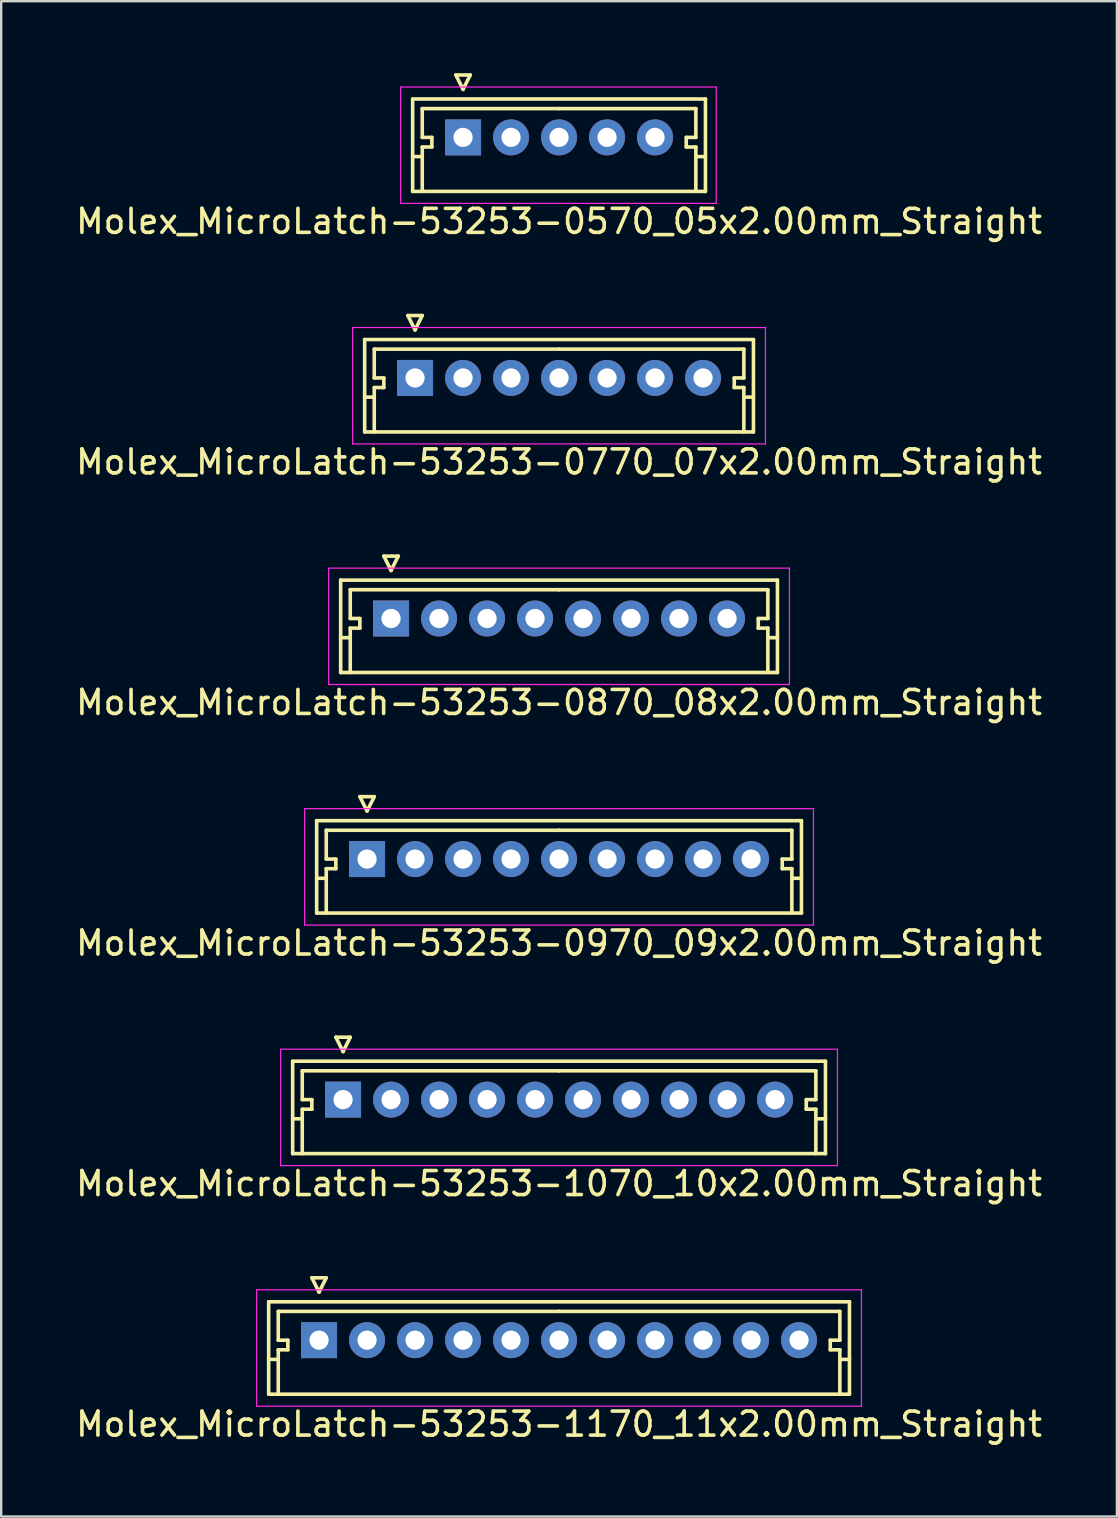
<source format=kicad_pcb>
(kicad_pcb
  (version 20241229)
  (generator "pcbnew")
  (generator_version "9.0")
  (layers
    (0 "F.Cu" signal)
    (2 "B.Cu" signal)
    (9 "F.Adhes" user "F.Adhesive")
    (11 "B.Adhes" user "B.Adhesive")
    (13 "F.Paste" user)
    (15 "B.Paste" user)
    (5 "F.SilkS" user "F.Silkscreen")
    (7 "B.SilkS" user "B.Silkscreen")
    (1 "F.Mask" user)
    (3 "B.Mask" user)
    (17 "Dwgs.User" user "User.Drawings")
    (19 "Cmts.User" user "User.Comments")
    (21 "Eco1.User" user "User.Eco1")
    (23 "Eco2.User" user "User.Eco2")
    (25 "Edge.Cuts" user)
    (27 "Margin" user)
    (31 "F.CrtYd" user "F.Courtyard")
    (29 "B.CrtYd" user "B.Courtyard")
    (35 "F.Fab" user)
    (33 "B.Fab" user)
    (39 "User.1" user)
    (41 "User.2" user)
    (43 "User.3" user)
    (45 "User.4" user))
  (footprint "Molex_MicroLatch-53253-1170_11x2.00mm_Straight"
    (layer "F.Cu")
    (at 10.244 52.791)
    (property "Reference" "Molex_MicroLatch-53253-1170_11x2.00mm_Straight" (at 10 3.5 0) (layer "F.SilkS") (effects (font (size 1 1) (thickness 0.15))))
    (attr through_hole)
    (fp_line (start -2.1 -1.6) (end -2.1 2.25) (stroke (width 0.15) (type solid)) (layer "F.SilkS"))
    (fp_line (start -2.1 0.8) (end -1.7 0.8) (stroke (width 0.15) (type solid)) (layer "F.SilkS"))
    (fp_line (start -2.1 2.25) (end 22.1 2.25) (stroke (width 0.15) (type solid)) (layer "F.SilkS"))
    (fp_line (start -1.7 -1.2) (end -1.7 0) (stroke (width 0.15) (type solid)) (layer "F.SilkS"))
    (fp_line (start -1.7 0) (end -1.3 0) (stroke (width 0.15) (type solid)) (layer "F.SilkS"))
    (fp_line (start -1.7 0.4) (end -1.7 2.25) (stroke (width 0.15) (type solid)) (layer "F.SilkS"))
    (fp_line (start -1.3 0) (end -1.3 0.4) (stroke (width 0.15) (type solid)) (layer "F.SilkS"))
    (fp_line (start -1.3 0.4) (end -1.7 0.4) (stroke (width 0.15) (type solid)) (layer "F.SilkS"))
    (fp_line (start -0.3 -2.6) (end 0.3 -2.6) (stroke (width 0.15) (type solid)) (layer "F.SilkS"))
    (fp_line (start 0 -2) (end -0.3 -2.6) (stroke (width 0.15) (type solid)) (layer "F.SilkS"))
    (fp_line (start 0.3 -2.6) (end 0 -2) (stroke (width 0.15) (type solid)) (layer "F.SilkS"))
    (fp_line (start 10 -1.2) (end -1.7 -1.2) (stroke (width 0.15) (type solid)) (layer "F.SilkS"))
    (fp_line (start 10 -1.2) (end 21.7 -1.2) (stroke (width 0.15) (type solid)) (layer "F.SilkS"))
    (fp_line (start 21.3 0) (end 21.3 0.4) (stroke (width 0.15) (type solid)) (layer "F.SilkS"))
    (fp_line (start 21.3 0.4) (end 21.7 0.4) (stroke (width 0.15) (type solid)) (layer "F.SilkS"))
    (fp_line (start 21.7 -1.2) (end 21.7 0) (stroke (width 0.15) (type solid)) (layer "F.SilkS"))
    (fp_line (start 21.7 0) (end 21.3 0) (stroke (width 0.15) (type solid)) (layer "F.SilkS"))
    (fp_line (start 21.7 0.4) (end 21.7 2.25) (stroke (width 0.15) (type solid)) (layer "F.SilkS"))
    (fp_line (start 22.1 -1.6) (end -2.1 -1.6) (stroke (width 0.15) (type solid)) (layer "F.SilkS"))
    (fp_line (start 22.1 0.8) (end 21.7 0.8) (stroke (width 0.15) (type solid)) (layer "F.SilkS"))
    (fp_line (start 22.1 2.25) (end 22.1 -1.6) (stroke (width 0.15) (type solid)) (layer "F.SilkS"))
    (fp_line (start -2.6 -2.1) (end -2.6 2.75) (stroke (width 0.05) (type solid)) (layer "F.CrtYd"))
    (fp_line (start -2.6 2.75) (end 22.6 2.75) (stroke (width 0.05) (type solid)) (layer "F.CrtYd"))
    (fp_line (start 22.6 -2.1) (end -2.6 -2.1) (stroke (width 0.05) (type solid)) (layer "F.CrtYd"))
    (fp_line (start 22.6 2.75) (end 22.6 -2.1) (stroke (width 0.05) (type solid)) (layer "F.CrtYd"))
    (pad "1" thru_hole rect (at 0 0) (size 1.5 1.5) (drill 0.8) (layers "*.Cu" "*.Mask"))
    (pad "2" thru_hole circle (at 2 0) (size 1.5 1.5) (drill 0.8) (layers "*.Cu" "*.Mask"))
    (pad "3" thru_hole circle (at 4 0) (size 1.5 1.5) (drill 0.8) (layers "*.Cu" "*.Mask"))
    (pad "4" thru_hole circle (at 6 0) (size 1.5 1.5) (drill 0.8) (layers "*.Cu" "*.Mask"))
    (pad "5" thru_hole circle (at 8 0) (size 1.5 1.5) (drill 0.8) (layers "*.Cu" "*.Mask"))
    (pad "6" thru_hole circle (at 10 0) (size 1.5 1.5) (drill 0.8) (layers "*.Cu" "*.Mask"))
    (pad "7" thru_hole circle (at 12 0) (size 1.5 1.5) (drill 0.8) (layers "*.Cu" "*.Mask"))
    (pad "8" thru_hole circle (at 14 0) (size 1.5 1.5) (drill 0.8) (layers "*.Cu" "*.Mask"))
    (pad "9" thru_hole circle (at 16 0) (size 1.5 1.5) (drill 0.8) (layers "*.Cu" "*.Mask"))
    (pad "10" thru_hole circle (at 18 0) (size 1.5 1.5) (drill 0.8) (layers "*.Cu" "*.Mask"))
    (pad "11" thru_hole circle (at 20 0) (size 1.5 1.5) (drill 0.8) (layers "*.Cu" "*.Mask")))
  (footprint "Molex_MicroLatch-53253-1070_10x2.00mm_Straight"
    (layer "F.Cu")
    (at 11.244 42.768)
    (property "Reference" "Molex_MicroLatch-53253-1070_10x2.00mm_Straight" (at 9 3.5 0) (layer "F.SilkS") (effects (font (size 1 1) (thickness 0.15))))
    (attr through_hole)
    (fp_line (start -2.1 -1.6) (end -2.1 2.25) (stroke (width 0.15) (type solid)) (layer "F.SilkS"))
    (fp_line (start -2.1 0.8) (end -1.7 0.8) (stroke (width 0.15) (type solid)) (layer "F.SilkS"))
    (fp_line (start -2.1 2.25) (end 20.1 2.25) (stroke (width 0.15) (type solid)) (layer "F.SilkS"))
    (fp_line (start -1.7 -1.2) (end -1.7 0) (stroke (width 0.15) (type solid)) (layer "F.SilkS"))
    (fp_line (start -1.7 0) (end -1.3 0) (stroke (width 0.15) (type solid)) (layer "F.SilkS"))
    (fp_line (start -1.7 0.4) (end -1.7 2.25) (stroke (width 0.15) (type solid)) (layer "F.SilkS"))
    (fp_line (start -1.3 0) (end -1.3 0.4) (stroke (width 0.15) (type solid)) (layer "F.SilkS"))
    (fp_line (start -1.3 0.4) (end -1.7 0.4) (stroke (width 0.15) (type solid)) (layer "F.SilkS"))
    (fp_line (start -0.3 -2.6) (end 0.3 -2.6) (stroke (width 0.15) (type solid)) (layer "F.SilkS"))
    (fp_line (start 0 -2) (end -0.3 -2.6) (stroke (width 0.15) (type solid)) (layer "F.SilkS"))
    (fp_line (start 0.3 -2.6) (end 0 -2) (stroke (width 0.15) (type solid)) (layer "F.SilkS"))
    (fp_line (start 9 -1.2) (end -1.7 -1.2) (stroke (width 0.15) (type solid)) (layer "F.SilkS"))
    (fp_line (start 9 -1.2) (end 19.7 -1.2) (stroke (width 0.15) (type solid)) (layer "F.SilkS"))
    (fp_line (start 19.3 0) (end 19.3 0.4) (stroke (width 0.15) (type solid)) (layer "F.SilkS"))
    (fp_line (start 19.3 0.4) (end 19.7 0.4) (stroke (width 0.15) (type solid)) (layer "F.SilkS"))
    (fp_line (start 19.7 -1.2) (end 19.7 0) (stroke (width 0.15) (type solid)) (layer "F.SilkS"))
    (fp_line (start 19.7 0) (end 19.3 0) (stroke (width 0.15) (type solid)) (layer "F.SilkS"))
    (fp_line (start 19.7 0.4) (end 19.7 2.25) (stroke (width 0.15) (type solid)) (layer "F.SilkS"))
    (fp_line (start 20.1 -1.6) (end -2.1 -1.6) (stroke (width 0.15) (type solid)) (layer "F.SilkS"))
    (fp_line (start 20.1 0.8) (end 19.7 0.8) (stroke (width 0.15) (type solid)) (layer "F.SilkS"))
    (fp_line (start 20.1 2.25) (end 20.1 -1.6) (stroke (width 0.15) (type solid)) (layer "F.SilkS"))
    (fp_line (start -2.6 -2.1) (end -2.6 2.75) (stroke (width 0.05) (type solid)) (layer "F.CrtYd"))
    (fp_line (start -2.6 2.75) (end 20.6 2.75) (stroke (width 0.05) (type solid)) (layer "F.CrtYd"))
    (fp_line (start 20.6 -2.1) (end -2.6 -2.1) (stroke (width 0.05) (type solid)) (layer "F.CrtYd"))
    (fp_line (start 20.6 2.75) (end 20.6 -2.1) (stroke (width 0.05) (type solid)) (layer "F.CrtYd"))
    (pad "1" thru_hole rect (at 0 0) (size 1.5 1.5) (drill 0.8) (layers "*.Cu" "*.Mask"))
    (pad "2" thru_hole circle (at 2 0) (size 1.5 1.5) (drill 0.8) (layers "*.Cu" "*.Mask"))
    (pad "3" thru_hole circle (at 4 0) (size 1.5 1.5) (drill 0.8) (layers "*.Cu" "*.Mask"))
    (pad "4" thru_hole circle (at 6 0) (size 1.5 1.5) (drill 0.8) (layers "*.Cu" "*.Mask"))
    (pad "5" thru_hole circle (at 8 0) (size 1.5 1.5) (drill 0.8) (layers "*.Cu" "*.Mask"))
    (pad "6" thru_hole circle (at 10 0) (size 1.5 1.5) (drill 0.8) (layers "*.Cu" "*.Mask"))
    (pad "7" thru_hole circle (at 12 0) (size 1.5 1.5) (drill 0.8) (layers "*.Cu" "*.Mask"))
    (pad "8" thru_hole circle (at 14 0) (size 1.5 1.5) (drill 0.8) (layers "*.Cu" "*.Mask"))
    (pad "9" thru_hole circle (at 16 0) (size 1.5 1.5) (drill 0.8) (layers "*.Cu" "*.Mask"))
    (pad "10" thru_hole circle (at 18 0) (size 1.5 1.5) (drill 0.8) (layers "*.Cu" "*.Mask")))
  (footprint "Molex_MicroLatch-53253-0570_05x2.00mm_Straight"
    (layer "F.Cu")
    (at 16.244 2.675)
    (property "Reference" "Molex_MicroLatch-53253-0570_05x2.00mm_Straight" (at 4 3.5 0) (layer "F.SilkS") (effects (font (size 1 1) (thickness 0.15))))
    (attr through_hole)
    (fp_line (start -2.1 -1.6) (end -2.1 2.25) (stroke (width 0.15) (type solid)) (layer "F.SilkS"))
    (fp_line (start -2.1 0.8) (end -1.7 0.8) (stroke (width 0.15) (type solid)) (layer "F.SilkS"))
    (fp_line (start -2.1 2.25) (end 10.1 2.25) (stroke (width 0.15) (type solid)) (layer "F.SilkS"))
    (fp_line (start -1.7 -1.2) (end -1.7 0) (stroke (width 0.15) (type solid)) (layer "F.SilkS"))
    (fp_line (start -1.7 0) (end -1.3 0) (stroke (width 0.15) (type solid)) (layer "F.SilkS"))
    (fp_line (start -1.7 0.4) (end -1.7 2.25) (stroke (width 0.15) (type solid)) (layer "F.SilkS"))
    (fp_line (start -1.3 0) (end -1.3 0.4) (stroke (width 0.15) (type solid)) (layer "F.SilkS"))
    (fp_line (start -1.3 0.4) (end -1.7 0.4) (stroke (width 0.15) (type solid)) (layer "F.SilkS"))
    (fp_line (start -0.3 -2.6) (end 0.3 -2.6) (stroke (width 0.15) (type solid)) (layer "F.SilkS"))
    (fp_line (start 0 -2) (end -0.3 -2.6) (stroke (width 0.15) (type solid)) (layer "F.SilkS"))
    (fp_line (start 0.3 -2.6) (end 0 -2) (stroke (width 0.15) (type solid)) (layer "F.SilkS"))
    (fp_line (start 4 -1.2) (end -1.7 -1.2) (stroke (width 0.15) (type solid)) (layer "F.SilkS"))
    (fp_line (start 4 -1.2) (end 9.7 -1.2) (stroke (width 0.15) (type solid)) (layer "F.SilkS"))
    (fp_line (start 9.3 0) (end 9.3 0.4) (stroke (width 0.15) (type solid)) (layer "F.SilkS"))
    (fp_line (start 9.3 0.4) (end 9.7 0.4) (stroke (width 0.15) (type solid)) (layer "F.SilkS"))
    (fp_line (start 9.7 -1.2) (end 9.7 0) (stroke (width 0.15) (type solid)) (layer "F.SilkS"))
    (fp_line (start 9.7 0) (end 9.3 0) (stroke (width 0.15) (type solid)) (layer "F.SilkS"))
    (fp_line (start 9.7 0.4) (end 9.7 2.25) (stroke (width 0.15) (type solid)) (layer "F.SilkS"))
    (fp_line (start 10.1 -1.6) (end -2.1 -1.6) (stroke (width 0.15) (type solid)) (layer "F.SilkS"))
    (fp_line (start 10.1 0.8) (end 9.7 0.8) (stroke (width 0.15) (type solid)) (layer "F.SilkS"))
    (fp_line (start 10.1 2.25) (end 10.1 -1.6) (stroke (width 0.15) (type solid)) (layer "F.SilkS"))
    (fp_line (start -2.6 -2.1) (end -2.6 2.75) (stroke (width 0.05) (type solid)) (layer "F.CrtYd"))
    (fp_line (start -2.6 2.75) (end 10.55 2.75) (stroke (width 0.05) (type solid)) (layer "F.CrtYd"))
    (fp_line (start 10.55 -2.1) (end -2.6 -2.1) (stroke (width 0.05) (type solid)) (layer "F.CrtYd"))
    (fp_line (start 10.55 2.75) (end 10.55 -2.1) (stroke (width 0.05) (type solid)) (layer "F.CrtYd"))
    (pad "1" thru_hole rect (at 0 0) (size 1.5 1.5) (drill 0.8) (layers "*.Cu" "*.Mask"))
    (pad "2" thru_hole circle (at 2 0) (size 1.5 1.5) (drill 0.8) (layers "*.Cu" "*.Mask"))
    (pad "3" thru_hole circle (at 4 0) (size 1.5 1.5) (drill 0.8) (layers "*.Cu" "*.Mask"))
    (pad "4" thru_hole circle (at 6 0) (size 1.5 1.5) (drill 0.8) (layers "*.Cu" "*.Mask"))
    (pad "5" thru_hole circle (at 8 0) (size 1.5 1.5) (drill 0.8) (layers "*.Cu" "*.Mask")))
  (footprint "Molex_MicroLatch-53253-0770_07x2.00mm_Straight"
    (layer "F.Cu")
    (at 14.244 12.698)
    (property "Reference" "Molex_MicroLatch-53253-0770_07x2.00mm_Straight" (at 6 3.5 0) (layer "F.SilkS") (effects (font (size 1 1) (thickness 0.15))))
    (attr through_hole)
    (fp_line (start -2.1 -1.6) (end -2.1 2.25) (stroke (width 0.15) (type solid)) (layer "F.SilkS"))
    (fp_line (start -2.1 0.8) (end -1.7 0.8) (stroke (width 0.15) (type solid)) (layer "F.SilkS"))
    (fp_line (start -2.1 2.25) (end 14.1 2.25) (stroke (width 0.15) (type solid)) (layer "F.SilkS"))
    (fp_line (start -1.7 -1.2) (end -1.7 0) (stroke (width 0.15) (type solid)) (layer "F.SilkS"))
    (fp_line (start -1.7 0) (end -1.3 0) (stroke (width 0.15) (type solid)) (layer "F.SilkS"))
    (fp_line (start -1.7 0.4) (end -1.7 2.25) (stroke (width 0.15) (type solid)) (layer "F.SilkS"))
    (fp_line (start -1.3 0) (end -1.3 0.4) (stroke (width 0.15) (type solid)) (layer "F.SilkS"))
    (fp_line (start -1.3 0.4) (end -1.7 0.4) (stroke (width 0.15) (type solid)) (layer "F.SilkS"))
    (fp_line (start -0.3 -2.6) (end 0.3 -2.6) (stroke (width 0.15) (type solid)) (layer "F.SilkS"))
    (fp_line (start 0 -2) (end -0.3 -2.6) (stroke (width 0.15) (type solid)) (layer "F.SilkS"))
    (fp_line (start 0.3 -2.6) (end 0 -2) (stroke (width 0.15) (type solid)) (layer "F.SilkS"))
    (fp_line (start 6 -1.2) (end -1.7 -1.2) (stroke (width 0.15) (type solid)) (layer "F.SilkS"))
    (fp_line (start 6 -1.2) (end 13.7 -1.2) (stroke (width 0.15) (type solid)) (layer "F.SilkS"))
    (fp_line (start 13.3 0) (end 13.3 0.4) (stroke (width 0.15) (type solid)) (layer "F.SilkS"))
    (fp_line (start 13.3 0.4) (end 13.7 0.4) (stroke (width 0.15) (type solid)) (layer "F.SilkS"))
    (fp_line (start 13.7 -1.2) (end 13.7 0) (stroke (width 0.15) (type solid)) (layer "F.SilkS"))
    (fp_line (start 13.7 0) (end 13.3 0) (stroke (width 0.15) (type solid)) (layer "F.SilkS"))
    (fp_line (start 13.7 0.4) (end 13.7 2.25) (stroke (width 0.15) (type solid)) (layer "F.SilkS"))
    (fp_line (start 14.1 -1.6) (end -2.1 -1.6) (stroke (width 0.15) (type solid)) (layer "F.SilkS"))
    (fp_line (start 14.1 0.8) (end 13.7 0.8) (stroke (width 0.15) (type solid)) (layer "F.SilkS"))
    (fp_line (start 14.1 2.25) (end 14.1 -1.6) (stroke (width 0.15) (type solid)) (layer "F.SilkS"))
    (fp_line (start -2.6 -2.1) (end -2.6 2.75) (stroke (width 0.05) (type solid)) (layer "F.CrtYd"))
    (fp_line (start -2.6 2.75) (end 14.6 2.75) (stroke (width 0.05) (type solid)) (layer "F.CrtYd"))
    (fp_line (start 14.6 -2.1) (end -2.6 -2.1) (stroke (width 0.05) (type solid)) (layer "F.CrtYd"))
    (fp_line (start 14.6 2.75) (end 14.6 -2.1) (stroke (width 0.05) (type solid)) (layer "F.CrtYd"))
    (pad "1" thru_hole rect (at 0 0) (size 1.5 1.5) (drill 0.8) (layers "*.Cu" "*.Mask"))
    (pad "2" thru_hole circle (at 2 0) (size 1.5 1.5) (drill 0.8) (layers "*.Cu" "*.Mask"))
    (pad "3" thru_hole circle (at 4 0) (size 1.5 1.5) (drill 0.8) (layers "*.Cu" "*.Mask"))
    (pad "4" thru_hole circle (at 6 0) (size 1.5 1.5) (drill 0.8) (layers "*.Cu" "*.Mask"))
    (pad "5" thru_hole circle (at 8 0) (size 1.5 1.5) (drill 0.8) (layers "*.Cu" "*.Mask"))
    (pad "6" thru_hole circle (at 10 0) (size 1.5 1.5) (drill 0.8) (layers "*.Cu" "*.Mask"))
    (pad "7" thru_hole circle (at 12 0) (size 1.5 1.5) (drill 0.8) (layers "*.Cu" "*.Mask")))
  (footprint "Molex_MicroLatch-53253-0870_08x2.00mm_Straight"
    (layer "F.Cu")
    (at 13.244 22.721)
    (property "Reference" "Molex_MicroLatch-53253-0870_08x2.00mm_Straight" (at 7 3.5 0) (layer "F.SilkS") (effects (font (size 1 1) (thickness 0.15))))
    (attr through_hole)
    (fp_line (start -2.1 -1.6) (end -2.1 2.25) (stroke (width 0.15) (type solid)) (layer "F.SilkS"))
    (fp_line (start -2.1 0.8) (end -1.7 0.8) (stroke (width 0.15) (type solid)) (layer "F.SilkS"))
    (fp_line (start -2.1 2.25) (end 16.1 2.25) (stroke (width 0.15) (type solid)) (layer "F.SilkS"))
    (fp_line (start -1.7 -1.2) (end -1.7 0) (stroke (width 0.15) (type solid)) (layer "F.SilkS"))
    (fp_line (start -1.7 0) (end -1.3 0) (stroke (width 0.15) (type solid)) (layer "F.SilkS"))
    (fp_line (start -1.7 0.4) (end -1.7 2.25) (stroke (width 0.15) (type solid)) (layer "F.SilkS"))
    (fp_line (start -1.3 0) (end -1.3 0.4) (stroke (width 0.15) (type solid)) (layer "F.SilkS"))
    (fp_line (start -1.3 0.4) (end -1.7 0.4) (stroke (width 0.15) (type solid)) (layer "F.SilkS"))
    (fp_line (start -0.3 -2.6) (end 0.3 -2.6) (stroke (width 0.15) (type solid)) (layer "F.SilkS"))
    (fp_line (start 0 -2) (end -0.3 -2.6) (stroke (width 0.15) (type solid)) (layer "F.SilkS"))
    (fp_line (start 0.3 -2.6) (end 0 -2) (stroke (width 0.15) (type solid)) (layer "F.SilkS"))
    (fp_line (start 7 -1.2) (end -1.7 -1.2) (stroke (width 0.15) (type solid)) (layer "F.SilkS"))
    (fp_line (start 7 -1.2) (end 15.7 -1.2) (stroke (width 0.15) (type solid)) (layer "F.SilkS"))
    (fp_line (start 15.3 0) (end 15.3 0.4) (stroke (width 0.15) (type solid)) (layer "F.SilkS"))
    (fp_line (start 15.3 0.4) (end 15.7 0.4) (stroke (width 0.15) (type solid)) (layer "F.SilkS"))
    (fp_line (start 15.7 -1.2) (end 15.7 0) (stroke (width 0.15) (type solid)) (layer "F.SilkS"))
    (fp_line (start 15.7 0) (end 15.3 0) (stroke (width 0.15) (type solid)) (layer "F.SilkS"))
    (fp_line (start 15.7 0.4) (end 15.7 2.25) (stroke (width 0.15) (type solid)) (layer "F.SilkS"))
    (fp_line (start 16.1 -1.6) (end -2.1 -1.6) (stroke (width 0.15) (type solid)) (layer "F.SilkS"))
    (fp_line (start 16.1 0.8) (end 15.7 0.8) (stroke (width 0.15) (type solid)) (layer "F.SilkS"))
    (fp_line (start 16.1 2.25) (end 16.1 -1.6) (stroke (width 0.15) (type solid)) (layer "F.SilkS"))
    (fp_line (start -2.6 -2.1) (end -2.6 2.75) (stroke (width 0.05) (type solid)) (layer "F.CrtYd"))
    (fp_line (start -2.6 2.75) (end 16.6 2.75) (stroke (width 0.05) (type solid)) (layer "F.CrtYd"))
    (fp_line (start 16.6 -2.1) (end -2.6 -2.1) (stroke (width 0.05) (type solid)) (layer "F.CrtYd"))
    (fp_line (start 16.6 2.75) (end 16.6 -2.1) (stroke (width 0.05) (type solid)) (layer "F.CrtYd"))
    (pad "1" thru_hole rect (at 0 0) (size 1.5 1.5) (drill 0.8) (layers "*.Cu" "*.Mask"))
    (pad "2" thru_hole circle (at 2 0) (size 1.5 1.5) (drill 0.8) (layers "*.Cu" "*.Mask"))
    (pad "3" thru_hole circle (at 4 0) (size 1.5 1.5) (drill 0.8) (layers "*.Cu" "*.Mask"))
    (pad "4" thru_hole circle (at 6 0) (size 1.5 1.5) (drill 0.8) (layers "*.Cu" "*.Mask"))
    (pad "5" thru_hole circle (at 8 0) (size 1.5 1.5) (drill 0.8) (layers "*.Cu" "*.Mask"))
    (pad "6" thru_hole circle (at 10 0) (size 1.5 1.5) (drill 0.8) (layers "*.Cu" "*.Mask"))
    (pad "7" thru_hole circle (at 12 0) (size 1.5 1.5) (drill 0.8) (layers "*.Cu" "*.Mask"))
    (pad "8" thru_hole circle (at 14 0) (size 1.5 1.5) (drill 0.8) (layers "*.Cu" "*.Mask")))
  (footprint "Molex_MicroLatch-53253-0970_09x2.00mm_Straight"
    (layer "F.Cu")
    (at 12.244 32.745)
    (property "Reference" "Molex_MicroLatch-53253-0970_09x2.00mm_Straight" (at 8 3.5 0) (layer "F.SilkS") (effects (font (size 1 1) (thickness 0.15))))
    (attr through_hole)
    (fp_line (start -2.1 -1.6) (end -2.1 2.25) (stroke (width 0.15) (type solid)) (layer "F.SilkS"))
    (fp_line (start -2.1 0.8) (end -1.7 0.8) (stroke (width 0.15) (type solid)) (layer "F.SilkS"))
    (fp_line (start -2.1 2.25) (end 18.1 2.25) (stroke (width 0.15) (type solid)) (layer "F.SilkS"))
    (fp_line (start -1.7 -1.2) (end -1.7 0) (stroke (width 0.15) (type solid)) (layer "F.SilkS"))
    (fp_line (start -1.7 0) (end -1.3 0) (stroke (width 0.15) (type solid)) (layer "F.SilkS"))
    (fp_line (start -1.7 0.4) (end -1.7 2.25) (stroke (width 0.15) (type solid)) (layer "F.SilkS"))
    (fp_line (start -1.3 0) (end -1.3 0.4) (stroke (width 0.15) (type solid)) (layer "F.SilkS"))
    (fp_line (start -1.3 0.4) (end -1.7 0.4) (stroke (width 0.15) (type solid)) (layer "F.SilkS"))
    (fp_line (start -0.3 -2.6) (end 0.3 -2.6) (stroke (width 0.15) (type solid)) (layer "F.SilkS"))
    (fp_line (start 0 -2) (end -0.3 -2.6) (stroke (width 0.15) (type solid)) (layer "F.SilkS"))
    (fp_line (start 0.3 -2.6) (end 0 -2) (stroke (width 0.15) (type solid)) (layer "F.SilkS"))
    (fp_line (start 8 -1.2) (end -1.7 -1.2) (stroke (width 0.15) (type solid)) (layer "F.SilkS"))
    (fp_line (start 8 -1.2) (end 17.7 -1.2) (stroke (width 0.15) (type solid)) (layer "F.SilkS"))
    (fp_line (start 17.3 0) (end 17.3 0.4) (stroke (width 0.15) (type solid)) (layer "F.SilkS"))
    (fp_line (start 17.3 0.4) (end 17.7 0.4) (stroke (width 0.15) (type solid)) (layer "F.SilkS"))
    (fp_line (start 17.7 -1.2) (end 17.7 0) (stroke (width 0.15) (type solid)) (layer "F.SilkS"))
    (fp_line (start 17.7 0) (end 17.3 0) (stroke (width 0.15) (type solid)) (layer "F.SilkS"))
    (fp_line (start 17.7 0.4) (end 17.7 2.25) (stroke (width 0.15) (type solid)) (layer "F.SilkS"))
    (fp_line (start 18.1 -1.6) (end -2.1 -1.6) (stroke (width 0.15) (type solid)) (layer "F.SilkS"))
    (fp_line (start 18.1 0.8) (end 17.7 0.8) (stroke (width 0.15) (type solid)) (layer "F.SilkS"))
    (fp_line (start 18.1 2.25) (end 18.1 -1.6) (stroke (width 0.15) (type solid)) (layer "F.SilkS"))
    (fp_line (start -2.6 -2.1) (end -2.6 2.75) (stroke (width 0.05) (type solid)) (layer "F.CrtYd"))
    (fp_line (start -2.6 2.75) (end 18.6 2.75) (stroke (width 0.05) (type solid)) (layer "F.CrtYd"))
    (fp_line (start 18.6 -2.1) (end -2.6 -2.1) (stroke (width 0.05) (type solid)) (layer "F.CrtYd"))
    (fp_line (start 18.6 2.75) (end 18.6 -2.1) (stroke (width 0.05) (type solid)) (layer "F.CrtYd"))
    (pad "1" thru_hole rect (at 0 0) (size 1.5 1.5) (drill 0.8) (layers "*.Cu" "*.Mask"))
    (pad "2" thru_hole circle (at 2 0) (size 1.5 1.5) (drill 0.8) (layers "*.Cu" "*.Mask"))
    (pad "3" thru_hole circle (at 4 0) (size 1.5 1.5) (drill 0.8) (layers "*.Cu" "*.Mask"))
    (pad "4" thru_hole circle (at 6 0) (size 1.5 1.5) (drill 0.8) (layers "*.Cu" "*.Mask"))
    (pad "5" thru_hole circle (at 8 0) (size 1.5 1.5) (drill 0.8) (layers "*.Cu" "*.Mask"))
    (pad "6" thru_hole circle (at 10 0) (size 1.5 1.5) (drill 0.8) (layers "*.Cu" "*.Mask"))
    (pad "7" thru_hole circle (at 12 0) (size 1.5 1.5) (drill 0.8) (layers "*.Cu" "*.Mask"))
    (pad "8" thru_hole circle (at 14 0) (size 1.5 1.5) (drill 0.8) (layers "*.Cu" "*.Mask"))
    (pad "9" thru_hole circle (at 16 0) (size 1.5 1.5) (drill 0.8) (layers "*.Cu" "*.Mask")))
  (gr_rect
    (start -3 -3)
    (end 43.488 60.139)
    (stroke (width 0.1) (type default))
    (fill no)
    (layer "Edge.Cuts")))
</source>
